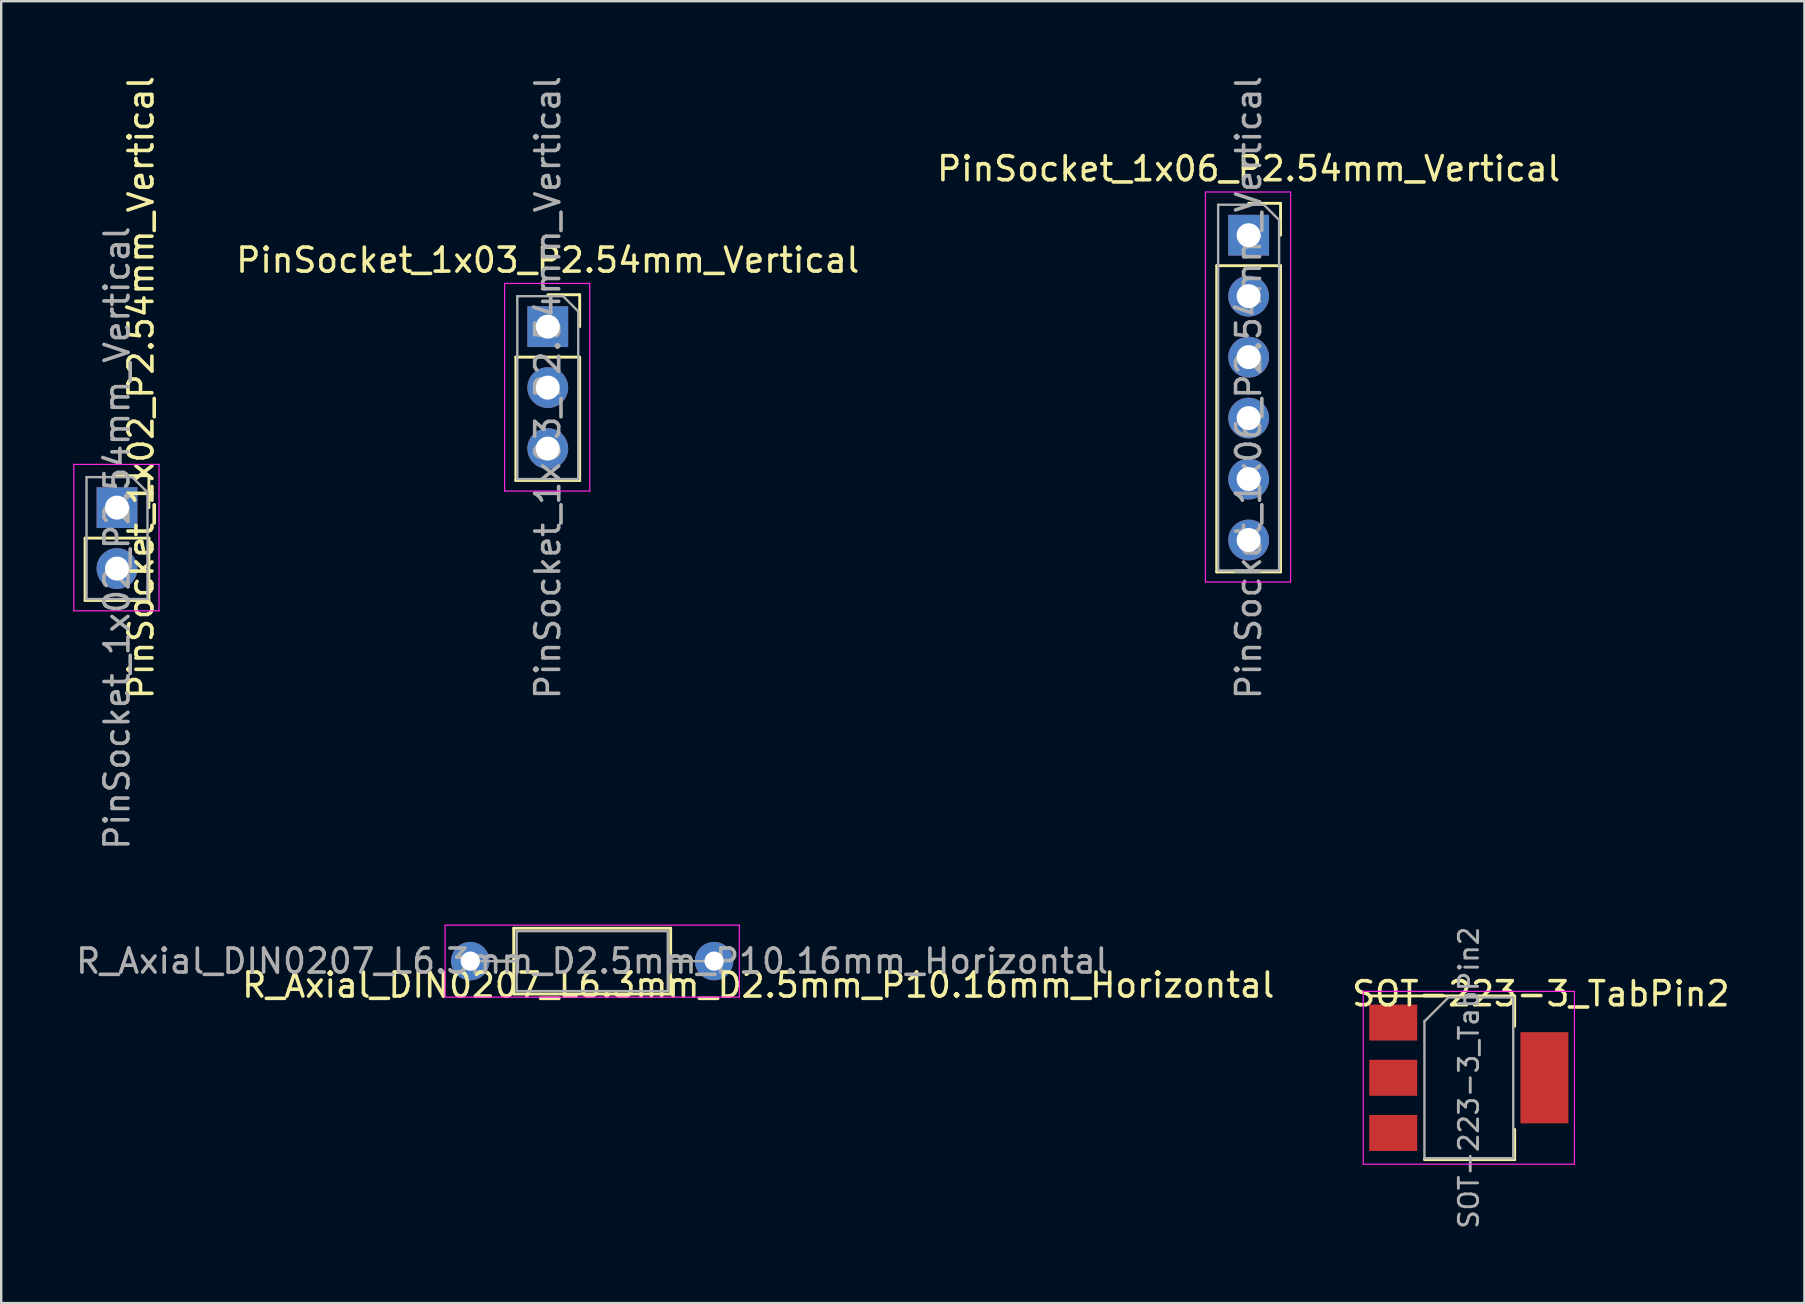
<source format=kicad_pcb>
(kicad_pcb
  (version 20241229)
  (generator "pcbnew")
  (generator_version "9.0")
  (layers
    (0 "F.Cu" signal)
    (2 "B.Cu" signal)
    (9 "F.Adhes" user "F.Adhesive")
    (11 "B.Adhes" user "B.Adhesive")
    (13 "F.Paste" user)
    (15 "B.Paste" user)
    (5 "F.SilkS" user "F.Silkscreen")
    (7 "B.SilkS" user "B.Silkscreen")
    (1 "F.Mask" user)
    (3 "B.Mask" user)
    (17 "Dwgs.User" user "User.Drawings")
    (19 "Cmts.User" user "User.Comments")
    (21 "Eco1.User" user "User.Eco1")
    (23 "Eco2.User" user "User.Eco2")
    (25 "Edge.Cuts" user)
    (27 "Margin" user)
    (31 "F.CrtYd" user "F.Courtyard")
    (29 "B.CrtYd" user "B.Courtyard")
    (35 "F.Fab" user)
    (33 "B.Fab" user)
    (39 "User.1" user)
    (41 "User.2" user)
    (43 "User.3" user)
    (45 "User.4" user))
  (footprint "SOT-223-3_TabPin2"
    (layer "F.Cu")
    (at 58.152 41.858)
    (property "Reference" "SOT-223-3_TabPin2" (at 3 -3.5 0) (layer "F.SilkS") (effects (font (size 1 1) (thickness 0.15))))
    (attr smd)
    (fp_line (start -4.1 -3.41) (end 1.91 -3.41) (stroke (width 0.12) (type solid)) (layer "F.SilkS"))
    (fp_line (start -1.85 3.41) (end 1.91 3.41) (stroke (width 0.12) (type solid)) (layer "F.SilkS"))
    (fp_line (start 1.91 -3.41) (end 1.91 -2.15) (stroke (width 0.12) (type solid)) (layer "F.SilkS"))
    (fp_line (start 1.91 3.41) (end 1.91 2.15) (stroke (width 0.12) (type solid)) (layer "F.SilkS"))
    (fp_line (start -4.4 -3.6) (end -4.4 3.6) (stroke (width 0.05) (type solid)) (layer "F.CrtYd"))
    (fp_line (start -4.4 3.6) (end 4.4 3.6) (stroke (width 0.05) (type solid)) (layer "F.CrtYd"))
    (fp_line (start 4.4 -3.6) (end -4.4 -3.6) (stroke (width 0.05) (type solid)) (layer "F.CrtYd"))
    (fp_line (start 4.4 3.6) (end 4.4 -3.6) (stroke (width 0.05) (type solid)) (layer "F.CrtYd"))
    (fp_line (start -1.85 -2.35) (end -1.85 3.35) (stroke (width 0.1) (type solid)) (layer "F.Fab"))
    (fp_line (start -1.85 -2.35) (end -0.85 -3.35) (stroke (width 0.1) (type solid)) (layer "F.Fab"))
    (fp_line (start -1.85 3.35) (end 1.85 3.35) (stroke (width 0.1) (type solid)) (layer "F.Fab"))
    (fp_line (start -0.85 -3.35) (end 1.85 -3.35) (stroke (width 0.1) (type solid)) (layer "F.Fab"))
    (fp_line (start 1.85 -3.35) (end 1.85 3.35) (stroke (width 0.1) (type solid)) (layer "F.Fab"))
    (fp_text user "${REFERENCE}" (at 0 0 90) (layer "F.Fab") (effects (font (size 0.8 0.8) (thickness 0.12))))
    (pad "1" smd rect (at -3.15 -2.3) (size 2 1.5) (layers "F.Cu" "F.Mask" "F.Paste"))
    (pad "2" smd rect (at -3.15 0) (size 2 1.5) (layers "F.Cu" "F.Mask" "F.Paste"))
    (pad "2" smd rect (at 3.15 0) (size 2 3.8) (layers "F.Cu" "F.Mask" "F.Paste"))
    (pad "3" smd rect (at -3.15 2.3) (size 2 1.5) (layers "F.Cu" "F.Mask" "F.Paste")))
  (footprint "PinSocket_1x06_P2.54mm_Vertical"
    (layer "F.Cu")
    (at 48.977 6.751)
    (property "Reference" "PinSocket_1x06_P2.54mm_Vertical" (at 0 -2.77 0) (layer "F.SilkS") (effects (font (size 1 1) (thickness 0.15))))
    (attr through_hole)
    (fp_line (start -1.33 1.27) (end -1.33 14.03) (stroke (width 0.12) (type solid)) (layer "F.SilkS"))
    (fp_line (start -1.33 1.27) (end 1.33 1.27) (stroke (width 0.12) (type solid)) (layer "F.SilkS"))
    (fp_line (start -1.33 14.03) (end 1.33 14.03) (stroke (width 0.12) (type solid)) (layer "F.SilkS"))
    (fp_line (start 0 -1.33) (end 1.33 -1.33) (stroke (width 0.12) (type solid)) (layer "F.SilkS"))
    (fp_line (start 1.33 -1.33) (end 1.33 0) (stroke (width 0.12) (type solid)) (layer "F.SilkS"))
    (fp_line (start 1.33 1.27) (end 1.33 14.03) (stroke (width 0.12) (type solid)) (layer "F.SilkS"))
    (fp_line (start -1.8 -1.8) (end 1.75 -1.8) (stroke (width 0.05) (type solid)) (layer "F.CrtYd"))
    (fp_line (start -1.8 14.45) (end -1.8 -1.8) (stroke (width 0.05) (type solid)) (layer "F.CrtYd"))
    (fp_line (start 1.75 -1.8) (end 1.75 14.45) (stroke (width 0.05) (type solid)) (layer "F.CrtYd"))
    (fp_line (start 1.75 14.45) (end -1.8 14.45) (stroke (width 0.05) (type solid)) (layer "F.CrtYd"))
    (fp_line (start -1.27 -1.27) (end 0.635 -1.27) (stroke (width 0.1) (type solid)) (layer "F.Fab"))
    (fp_line (start -1.27 13.97) (end -1.27 -1.27) (stroke (width 0.1) (type solid)) (layer "F.Fab"))
    (fp_line (start 0.635 -1.27) (end 1.27 -0.635) (stroke (width 0.1) (type solid)) (layer "F.Fab"))
    (fp_line (start 1.27 -0.635) (end 1.27 13.97) (stroke (width 0.1) (type solid)) (layer "F.Fab"))
    (fp_line (start 1.27 13.97) (end -1.27 13.97) (stroke (width 0.1) (type solid)) (layer "F.Fab"))
    (fp_text user "${REFERENCE}" (at 0 6.35 90) (layer "F.Fab") (effects (font (size 1 1) (thickness 0.15))))
    (pad "1" thru_hole rect (at 0 0) (size 1.7 1.7) (drill 1) (layers "*.Cu" "*.Mask"))
    (pad "2" thru_hole oval (at 0 2.54) (size 1.7 1.7) (drill 1) (layers "*.Cu" "*.Mask"))
    (pad "3" thru_hole oval (at 0 5.08) (size 1.7 1.7) (drill 1) (layers "*.Cu" "*.Mask"))
    (pad "4" thru_hole oval (at 0 7.62) (size 1.7 1.7) (drill 1) (layers "*.Cu" "*.Mask"))
    (pad "5" thru_hole oval (at 0 10.16) (size 1.7 1.7) (drill 1) (layers "*.Cu" "*.Mask"))
    (pad "6" thru_hole oval (at 0 12.7) (size 1.7 1.7) (drill 1) (layers "*.Cu" "*.Mask")))
  (footprint "R_Axial_DIN0207_L6.3mm_D2.5mm_P10.16mm_Horizontal"
    (layer "F.Cu")
    (at 16.545 36.997)
    (property "Reference" "R_Axial_DIN0207_L6.3mm_D2.5mm_P10.16mm_Horizontal" (at 12 1 180) (layer "F.SilkS") (effects (font (size 1 1) (thickness 0.15))))
    (attr through_hole)
    (fp_line (start 1.04 0) (end 1.81 0) (stroke (width 0.12) (type solid)) (layer "F.SilkS"))
    (fp_line (start 1.81 -1.37) (end 1.81 1.37) (stroke (width 0.12) (type solid)) (layer "F.SilkS"))
    (fp_line (start 1.81 1.37) (end 8.35 1.37) (stroke (width 0.12) (type solid)) (layer "F.SilkS"))
    (fp_line (start 8.35 -1.37) (end 1.81 -1.37) (stroke (width 0.12) (type solid)) (layer "F.SilkS"))
    (fp_line (start 8.35 1.37) (end 8.35 -1.37) (stroke (width 0.12) (type solid)) (layer "F.SilkS"))
    (fp_line (start 9.12 0) (end 8.35 0) (stroke (width 0.12) (type solid)) (layer "F.SilkS"))
    (fp_line (start -1.05 -1.5) (end -1.05 1.5) (stroke (width 0.05) (type solid)) (layer "F.CrtYd"))
    (fp_line (start -1.05 1.5) (end 11.21 1.5) (stroke (width 0.05) (type solid)) (layer "F.CrtYd"))
    (fp_line (start 11.21 -1.5) (end -1.05 -1.5) (stroke (width 0.05) (type solid)) (layer "F.CrtYd"))
    (fp_line (start 11.21 1.5) (end 11.21 -1.5) (stroke (width 0.05) (type solid)) (layer "F.CrtYd"))
    (fp_line (start 0 0) (end 1.93 0) (stroke (width 0.1) (type solid)) (layer "F.Fab"))
    (fp_line (start 1.93 -1.25) (end 1.93 1.25) (stroke (width 0.1) (type solid)) (layer "F.Fab"))
    (fp_line (start 1.93 1.25) (end 8.23 1.25) (stroke (width 0.1) (type solid)) (layer "F.Fab"))
    (fp_line (start 8.23 -1.25) (end 1.93 -1.25) (stroke (width 0.1) (type solid)) (layer "F.Fab"))
    (fp_line (start 8.23 1.25) (end 8.23 -1.25) (stroke (width 0.1) (type solid)) (layer "F.Fab"))
    (fp_line (start 10.16 0) (end 8.23 0) (stroke (width 0.1) (type solid)) (layer "F.Fab"))
    (fp_text user "${REFERENCE}" (at 5.08 0 180) (layer "F.Fab") (effects (font (size 1 1) (thickness 0.15))))
    (pad "1" thru_hole circle (at 0 0) (size 1.6 1.6) (drill 0.8) (layers "*.Cu" "*.Mask"))
    (pad "2" thru_hole oval (at 10.16 0) (size 1.6 1.6) (drill 0.8) (layers "*.Cu" "*.Mask")))
  (footprint "PinSocket_1x02_P2.54mm_Vertical"
    (layer "F.Cu")
    (at 1.825 18.101)
    (property "Reference" "PinSocket_1x02_P2.54mm_Vertical" (at 1 -5 90) (unlocked yes) (layer "F.SilkS") (effects (font (size 1 1) (thickness 0.15))))
    (attr through_hole)
    (fp_line (start -1.33 1.27) (end -1.33 3.87) (stroke (width 0.12) (type solid)) (layer "F.SilkS"))
    (fp_line (start -1.33 1.27) (end 1.33 1.27) (stroke (width 0.12) (type solid)) (layer "F.SilkS"))
    (fp_line (start -1.33 3.87) (end 1.33 3.87) (stroke (width 0.12) (type solid)) (layer "F.SilkS"))
    (fp_line (start 0 -1.33) (end 1.33 -1.33) (stroke (width 0.12) (type solid)) (layer "F.SilkS"))
    (fp_line (start 1.33 -1.33) (end 1.33 0) (stroke (width 0.12) (type solid)) (layer "F.SilkS"))
    (fp_line (start 1.33 1.27) (end 1.33 3.87) (stroke (width 0.12) (type solid)) (layer "F.SilkS"))
    (fp_line (start -1.8 -1.8) (end 1.75 -1.8) (stroke (width 0.05) (type solid)) (layer "F.CrtYd"))
    (fp_line (start -1.8 4.3) (end -1.8 -1.8) (stroke (width 0.05) (type solid)) (layer "F.CrtYd"))
    (fp_line (start 1.75 -1.8) (end 1.75 4.3) (stroke (width 0.05) (type solid)) (layer "F.CrtYd"))
    (fp_line (start 1.75 4.3) (end -1.8 4.3) (stroke (width 0.05) (type solid)) (layer "F.CrtYd"))
    (fp_line (start -1.27 -1.27) (end 0.635 -1.27) (stroke (width 0.1) (type solid)) (layer "F.Fab"))
    (fp_line (start -1.27 3.81) (end -1.27 -1.27) (stroke (width 0.1) (type solid)) (layer "F.Fab"))
    (fp_line (start 0.635 -1.27) (end 1.27 -0.635) (stroke (width 0.1) (type solid)) (layer "F.Fab"))
    (fp_line (start 1.27 -0.635) (end 1.27 3.81) (stroke (width 0.1) (type solid)) (layer "F.Fab"))
    (fp_line (start 1.27 3.81) (end -1.27 3.81) (stroke (width 0.1) (type solid)) (layer "F.Fab"))
    (fp_text user "${REFERENCE}" (at 0 1.27 270) (layer "F.Fab") (effects (font (size 1 1) (thickness 0.15))))
    (pad "1" thru_hole rect (at 0 0) (size 1.7 1.7) (drill 1) (layers "*.Cu" "*.Mask"))
    (pad "2" thru_hole oval (at 0 2.54) (size 1.7 1.7) (drill 1) (layers "*.Cu" "*.Mask")))
  (footprint "PinSocket_1x03_P2.54mm_Vertical"
    (layer "F.Cu")
    (at 19.774 10.561)
    (property "Reference" "PinSocket_1x03_P2.54mm_Vertical" (at 0 -2.77 180) (layer "F.SilkS") (effects (font (size 1 1) (thickness 0.15))))
    (attr through_hole)
    (fp_line (start -1.33 1.27) (end -1.33 6.41) (stroke (width 0.12) (type solid)) (layer "F.SilkS"))
    (fp_line (start -1.33 1.27) (end 1.33 1.27) (stroke (width 0.12) (type solid)) (layer "F.SilkS"))
    (fp_line (start -1.33 6.41) (end 1.33 6.41) (stroke (width 0.12) (type solid)) (layer "F.SilkS"))
    (fp_line (start 0 -1.33) (end 1.33 -1.33) (stroke (width 0.12) (type solid)) (layer "F.SilkS"))
    (fp_line (start 1.33 -1.33) (end 1.33 0) (stroke (width 0.12) (type solid)) (layer "F.SilkS"))
    (fp_line (start 1.33 1.27) (end 1.33 6.41) (stroke (width 0.12) (type solid)) (layer "F.SilkS"))
    (fp_line (start -1.8 -1.8) (end 1.75 -1.8) (stroke (width 0.05) (type solid)) (layer "F.CrtYd"))
    (fp_line (start -1.8 6.85) (end -1.8 -1.8) (stroke (width 0.05) (type solid)) (layer "F.CrtYd"))
    (fp_line (start 1.75 -1.8) (end 1.75 6.85) (stroke (width 0.05) (type solid)) (layer "F.CrtYd"))
    (fp_line (start 1.75 6.85) (end -1.8 6.85) (stroke (width 0.05) (type solid)) (layer "F.CrtYd"))
    (fp_line (start -1.27 -1.27) (end 0.635 -1.27) (stroke (width 0.1) (type solid)) (layer "F.Fab"))
    (fp_line (start -1.27 6.35) (end -1.27 -1.27) (stroke (width 0.1) (type solid)) (layer "F.Fab"))
    (fp_line (start 0.635 -1.27) (end 1.27 -0.635) (stroke (width 0.1) (type solid)) (layer "F.Fab"))
    (fp_line (start 1.27 -0.635) (end 1.27 6.35) (stroke (width 0.1) (type solid)) (layer "F.Fab"))
    (fp_line (start 1.27 6.35) (end -1.27 6.35) (stroke (width 0.1) (type solid)) (layer "F.Fab"))
    (fp_text user "${REFERENCE}" (at 0 2.54 270) (layer "F.Fab") (effects (font (size 1 1) (thickness 0.15))))
    (pad "1" thru_hole rect (at 0 0) (size 1.7 1.7) (drill 1) (layers "*.Cu" "*.Mask"))
    (pad "2" thru_hole oval (at 0 2.54) (size 1.7 1.7) (drill 1) (layers "*.Cu" "*.Mask"))
    (pad "3" thru_hole oval (at 0 5.08) (size 1.7 1.7) (drill 1) (layers "*.Cu" "*.Mask")))
  (gr_rect
    (start -3 -3)
    (end 72.134 51.244)
    (stroke (width 0.1) (type default))
    (fill no)
    (layer "Edge.Cuts")))
</source>
